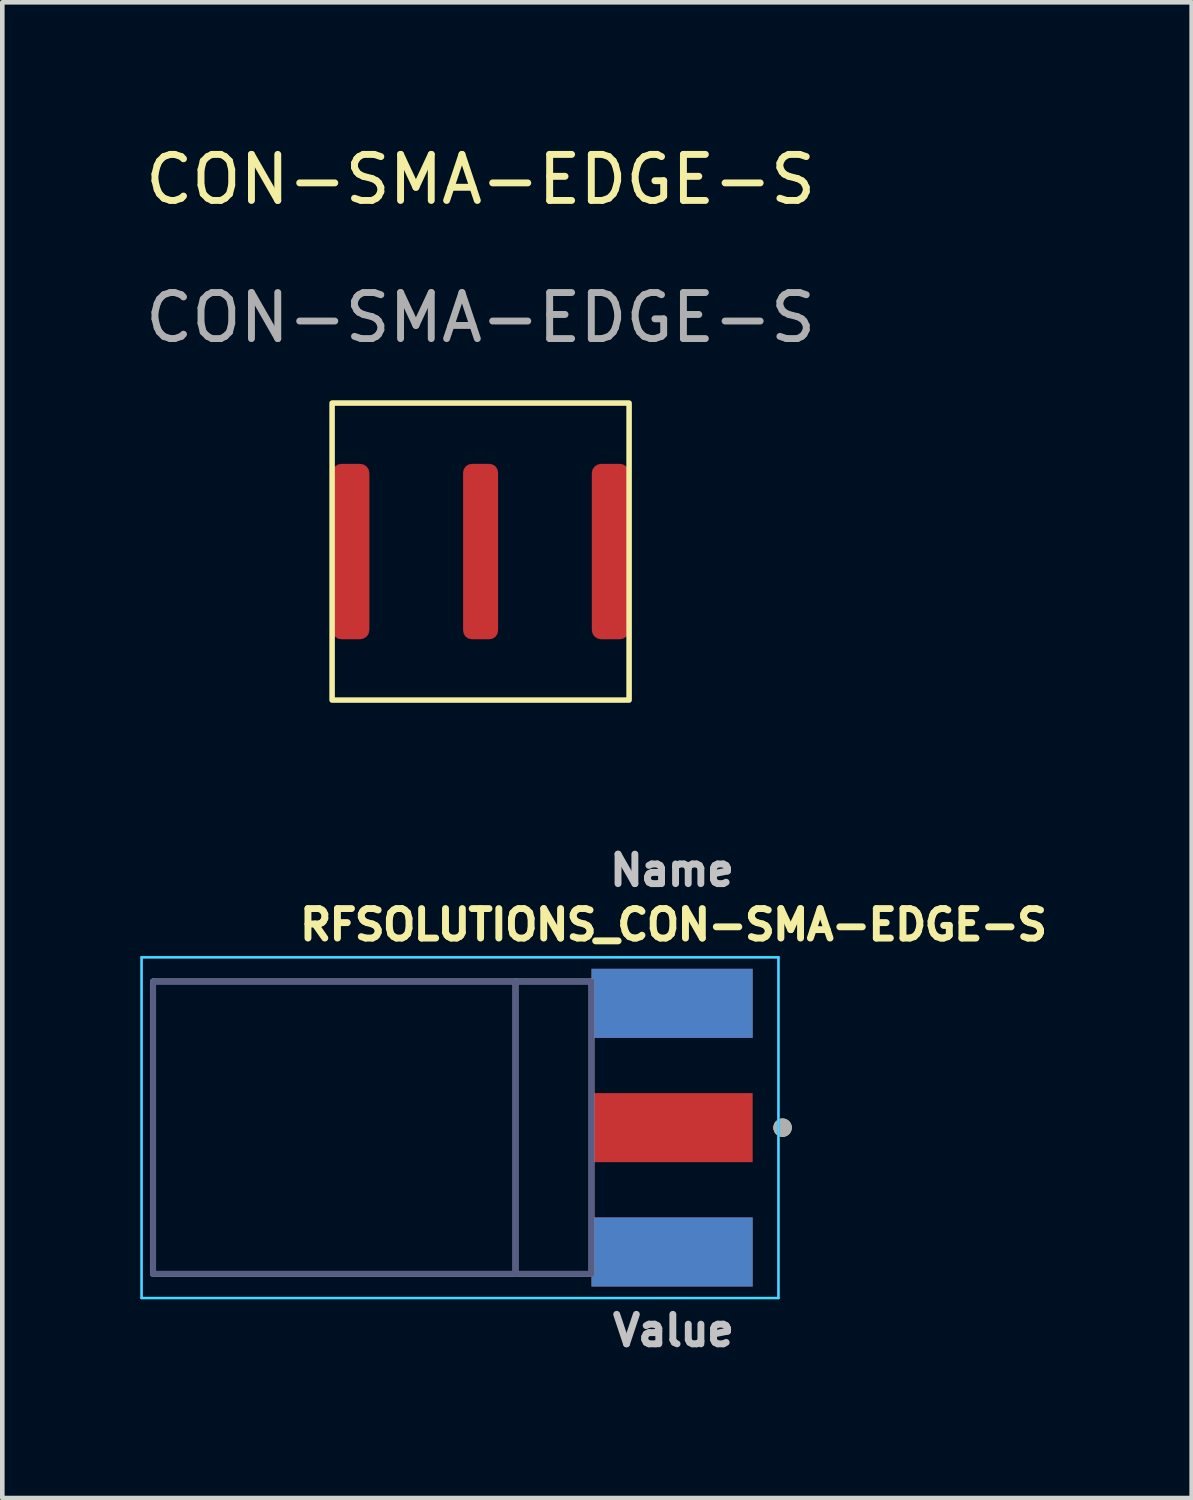
<source format=kicad_pcb>
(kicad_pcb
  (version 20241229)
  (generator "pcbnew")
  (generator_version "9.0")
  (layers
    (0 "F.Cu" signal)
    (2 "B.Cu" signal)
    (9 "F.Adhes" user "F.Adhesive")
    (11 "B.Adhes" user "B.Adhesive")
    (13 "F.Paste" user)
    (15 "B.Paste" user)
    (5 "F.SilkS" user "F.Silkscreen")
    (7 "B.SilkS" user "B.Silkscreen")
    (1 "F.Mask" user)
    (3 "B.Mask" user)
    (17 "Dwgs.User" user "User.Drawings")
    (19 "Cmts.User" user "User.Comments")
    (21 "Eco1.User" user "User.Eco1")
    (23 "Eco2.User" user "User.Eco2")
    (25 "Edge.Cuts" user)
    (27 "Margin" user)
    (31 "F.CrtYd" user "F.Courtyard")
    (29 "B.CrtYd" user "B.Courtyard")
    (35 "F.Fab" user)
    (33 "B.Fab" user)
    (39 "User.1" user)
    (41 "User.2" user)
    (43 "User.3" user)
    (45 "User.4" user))
  (footprint "CON-SMA-EDGE-S"
    (layer "F.Cu")
    (at 7.387 8.928)
    (property "Reference" "CON-SMA-EDGE-S" (at 0 -8.08 0) (unlocked yes) (layer "F.SilkS") (effects (font (size 1 1) (thickness 0.15))))
    (attr smd)
    (fp_rect (start -3.225 -3.225) (end 3.225 3.225) (stroke (width 0.12) (type solid)) (fill no) (layer "F.SilkS"))
    (fp_text user "${REFERENCE}" (at 0 -5.08 0) (unlocked yes) (layer "F.Fab") (effects (font (size 1 1) (thickness 0.15))))
    (pad "1" smd roundrect (at 0 0) (size 0.76 3.81) (layers "F.Cu" "F.Mask" "F.Paste") (roundrect_rratio 0.25))
    (pad "GND" smd roundrect (at -2.82 0) (size 0.81 3.81) (layers "F.Cu" "F.Mask" "F.Paste") (roundrect_rratio 0.25))
    (pad "GND" smd roundrect (at 2.82 0) (size 0.81 3.81) (layers "F.Cu" "F.Mask" "F.Paste") (roundrect_rratio 0.25)))
  (footprint "RFSOLUTIONS_CON-SMA-EDGE-S"
    (layer "F.Cu")
    (at 11.545 21.439)
    (property "Reference" "RFSOLUTIONS_CON-SMA-EDGE-S" (at 0.032 -4.406 0) (layer "F.SilkS") (effects (font (size 0.64 0.64) (thickness 0.15))))
    (attr through_hole)
    (fp_circle (center 2.4 0) (end 2.5 0) (stroke (width 0.2) (type solid)) (fill no) (layer "F.SilkS"))
    (fp_line (start -11.52 -3.7) (end -11.52 3.7) (stroke (width 0.05) (type solid)) (layer "B.CrtYd"))
    (fp_line (start -11.52 3.7) (end 2.31 3.7) (stroke (width 0.05) (type solid)) (layer "B.CrtYd"))
    (fp_line (start 2.31 -3.7) (end -11.52 -3.7) (stroke (width 0.05) (type solid)) (layer "B.CrtYd"))
    (fp_line (start 2.31 3.7) (end 2.31 -3.7) (stroke (width 0.05) (type solid)) (layer "B.CrtYd"))
    (fp_line (start -11.52 -3.7) (end 2.31 -3.7) (stroke (width 0.05) (type solid)) (layer "F.CrtYd"))
    (fp_line (start -11.52 3.7) (end -11.52 -3.7) (stroke (width 0.05) (type solid)) (layer "F.CrtYd"))
    (fp_line (start 2.31 -3.7) (end 2.31 3.7) (stroke (width 0.05) (type solid)) (layer "F.CrtYd"))
    (fp_line (start 2.31 3.7) (end -11.52 3.7) (stroke (width 0.05) (type solid)) (layer "F.CrtYd"))
    (fp_line (start -11.27 -3.175) (end -3.4 -3.175) (stroke (width 0.127) (type solid)) (layer "B.Fab"))
    (fp_line (start -11.27 3.175) (end -11.27 -3.175) (stroke (width 0.127) (type solid)) (layer "B.Fab"))
    (fp_line (start -3.4 -3.175) (end -3.4 3.175) (stroke (width 0.127) (type solid)) (layer "B.Fab"))
    (fp_line (start -3.4 3.175) (end -11.27 3.175) (stroke (width 0.127) (type solid)) (layer "B.Fab"))
    (fp_line (start -3.4 3.175) (end -1.75 3.175) (stroke (width 0.127) (type solid)) (layer "B.Fab"))
    (fp_line (start -1.75 -3.175) (end -3.4 -3.175) (stroke (width 0.127) (type solid)) (layer "B.Fab"))
    (fp_line (start -1.75 3.175) (end -1.75 -3.175) (stroke (width 0.127) (type solid)) (layer "B.Fab"))
    (fp_line (start -11.27 -3.175) (end -11.27 3.175) (stroke (width 0.127) (type solid)) (layer "F.Fab"))
    (fp_line (start -11.27 3.175) (end -3.4 3.175) (stroke (width 0.127) (type solid)) (layer "F.Fab"))
    (fp_line (start -3.4 -3.175) (end -11.27 -3.175) (stroke (width 0.127) (type solid)) (layer "F.Fab"))
    (fp_line (start -3.4 -3.175) (end -1.75 -3.175) (stroke (width 0.127) (type solid)) (layer "F.Fab"))
    (fp_line (start -3.4 3.175) (end -3.4 -3.175) (stroke (width 0.127) (type solid)) (layer "F.Fab"))
    (fp_line (start -1.75 -3.175) (end -1.75 3.175) (stroke (width 0.127) (type solid)) (layer "F.Fab"))
    (fp_line (start -1.75 3.175) (end -3.4 3.175) (stroke (width 0.127) (type solid)) (layer "F.Fab"))
    (fp_circle (center 2.4 0) (end 2.5 0) (stroke (width 0.2) (type solid)) (fill no) (layer "F.Fab"))
    (fp_text user "Name" (at 0 -5.588 0) (layer "Dwgs.User") (effects (font (size 0.64 0.64) (thickness 0.15))))
    (fp_text user "Value" (at 0.032 4.406 0) (layer "Dwgs.User") (effects (font (size 0.64 0.64) (thickness 0.15))))
    (pad "1" smd rect (at 0 0) (size 3.5 1.5) (layers "F.Cu" "F.Mask" "F.Paste"))
    (pad "G1" smd rect (at 0 -2.7) (size 3.5 1.5) (layers "F.Cu" "F.Mask" "F.Paste"))
    (pad "G2" smd rect (at 0 2.7) (size 3.5 1.5) (layers "F.Cu" "F.Mask" "F.Paste"))
    (pad "G3" smd rect (at 0 -2.7) (size 3.5 1.5) (layers "B.Cu" "B.Mask" "B.Paste"))
    (pad "G4" smd rect (at 0 2.7) (size 3.5 1.5) (layers "B.Cu" "B.Mask" "B.Paste")))
  (gr_rect
    (start -3 -3)
    (end 22.829 29.483)
    (stroke (width 0.1) (type default))
    (fill no)
    (layer "Edge.Cuts")))
</source>
